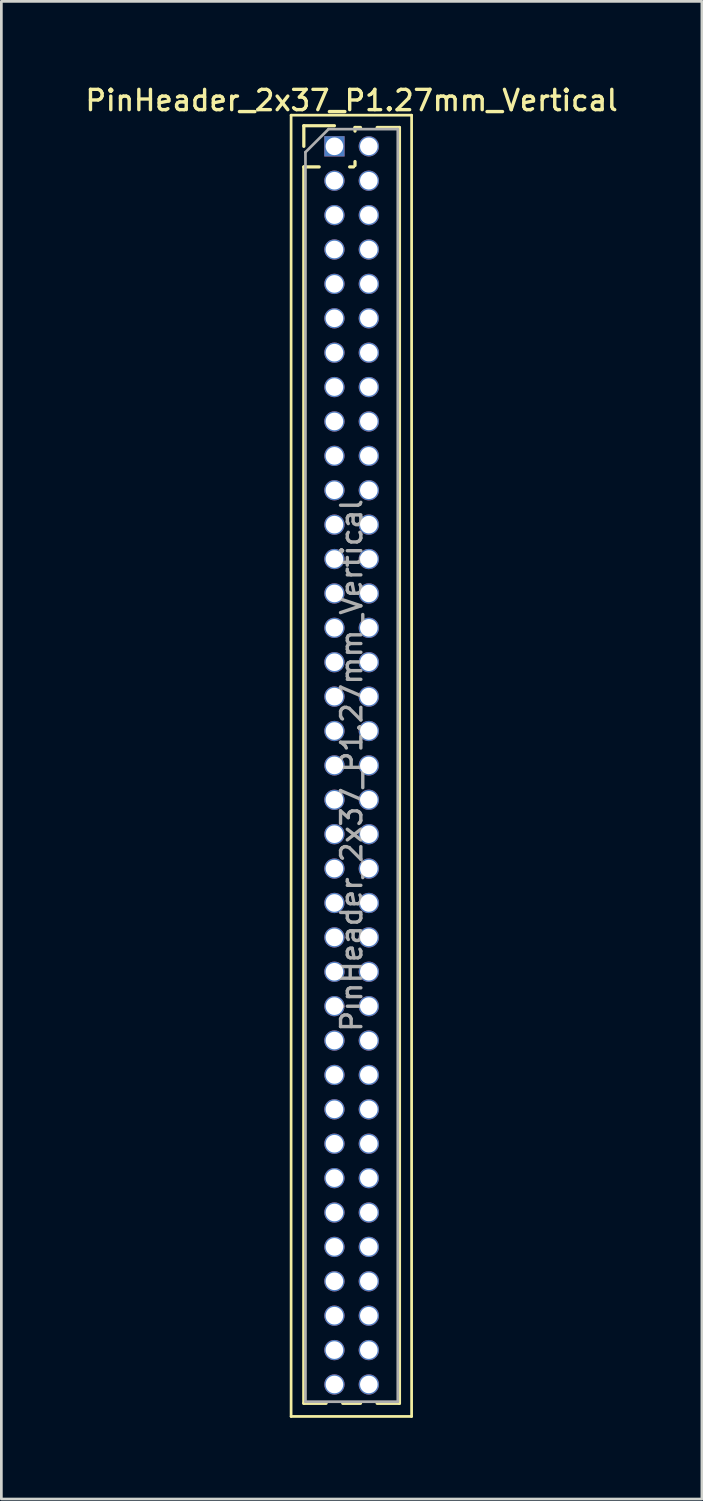
<source format=kicad_pcb>
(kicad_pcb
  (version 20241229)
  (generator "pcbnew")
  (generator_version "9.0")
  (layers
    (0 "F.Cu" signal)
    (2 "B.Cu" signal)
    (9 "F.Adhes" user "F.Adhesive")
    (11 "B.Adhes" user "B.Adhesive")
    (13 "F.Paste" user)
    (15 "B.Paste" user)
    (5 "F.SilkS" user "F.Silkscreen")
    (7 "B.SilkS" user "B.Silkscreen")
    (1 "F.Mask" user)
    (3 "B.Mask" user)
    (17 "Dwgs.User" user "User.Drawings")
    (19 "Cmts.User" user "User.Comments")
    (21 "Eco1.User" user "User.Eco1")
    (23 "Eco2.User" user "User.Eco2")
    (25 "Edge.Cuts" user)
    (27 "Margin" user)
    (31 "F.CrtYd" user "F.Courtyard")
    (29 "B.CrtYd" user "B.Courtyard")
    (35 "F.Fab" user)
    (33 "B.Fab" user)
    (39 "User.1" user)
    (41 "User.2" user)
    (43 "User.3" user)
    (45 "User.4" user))
  (footprint "PinHeader_2x37_P1.27mm_Vertical"
    (layer "F.Cu")
    (at 9.299 2.353)
    (property "Reference" "PinHeader_2x37_P1.27mm_Vertical" (at 0.635 -1.695 0) (layer "F.SilkS") (effects (font (size 0.75 0.75) (thickness 0.125))))
    (attr through_hole)
    (fp_line (start -1.6 -1.15) (end -1.6 46.9) (stroke (width 0.1) (type solid)) (layer "F.SilkS"))
    (fp_line (start -1.6 46.9) (end 2.85 46.9) (stroke (width 0.1) (type solid)) (layer "F.SilkS"))
    (fp_line (start -1.13 -0.76) (end 0 -0.76) (stroke (width 0.12) (type solid)) (layer "F.SilkS"))
    (fp_line (start -1.13 0) (end -1.13 -0.76) (stroke (width 0.12) (type solid)) (layer "F.SilkS"))
    (fp_line (start -1.13 0.76) (end -1.13 46.415) (stroke (width 0.12) (type solid)) (layer "F.SilkS"))
    (fp_line (start -1.13 0.76) (end -0.563 0.76) (stroke (width 0.12) (type solid)) (layer "F.SilkS"))
    (fp_line (start -1.13 46.415) (end -0.308 46.415) (stroke (width 0.12) (type solid)) (layer "F.SilkS"))
    (fp_line (start 0.308 46.415) (end 0.962 46.415) (stroke (width 0.12) (type solid)) (layer "F.SilkS"))
    (fp_line (start 0.563 0.76) (end 0.707 0.76) (stroke (width 0.12) (type solid)) (layer "F.SilkS"))
    (fp_line (start 0.76 -0.695) (end 0.962 -0.695) (stroke (width 0.12) (type solid)) (layer "F.SilkS"))
    (fp_line (start 0.76 -0.563) (end 0.76 -0.695) (stroke (width 0.12) (type solid)) (layer "F.SilkS"))
    (fp_line (start 0.76 0.707) (end 0.76 0.563) (stroke (width 0.12) (type solid)) (layer "F.SilkS"))
    (fp_line (start 1.578 -0.695) (end 2.4 -0.695) (stroke (width 0.12) (type solid)) (layer "F.SilkS"))
    (fp_line (start 1.578 46.415) (end 2.4 46.415) (stroke (width 0.12) (type solid)) (layer "F.SilkS"))
    (fp_line (start 2.4 -0.695) (end 2.4 46.415) (stroke (width 0.12) (type solid)) (layer "F.SilkS"))
    (fp_line (start 2.85 -1.15) (end -1.6 -1.15) (stroke (width 0.1) (type solid)) (layer "F.SilkS"))
    (fp_line (start 2.85 46.9) (end 2.85 -1.15) (stroke (width 0.1) (type solid)) (layer "F.SilkS"))
    (fp_line (start -1.07 0.217) (end -0.217 -0.635) (stroke (width 0.1) (type solid)) (layer "F.Fab"))
    (fp_line (start -1.07 46.355) (end -1.07 0.217) (stroke (width 0.1) (type solid)) (layer "F.Fab"))
    (fp_line (start -0.217 -0.635) (end 2.34 -0.635) (stroke (width 0.1) (type solid)) (layer "F.Fab"))
    (fp_line (start 2.34 -0.635) (end 2.34 46.355) (stroke (width 0.1) (type solid)) (layer "F.Fab"))
    (fp_line (start 2.34 46.355) (end -1.07 46.355) (stroke (width 0.1) (type solid)) (layer "F.Fab"))
    (fp_text user "${REFERENCE}" (at 0.635 22.86 90) (layer "F.Fab") (effects (font (size 0.75 0.75) (thickness 0.125))))
    (pad "1" thru_hole rect (at 0 0) (size 0.75 0.75) (drill 0.65) (layers "*.Cu" "*.Mask"))
    (pad "2" thru_hole oval (at 1.27 0) (size 0.75 0.75) (drill 0.65) (layers "*.Cu" "*.Mask"))
    (pad "3" thru_hole oval (at 0 1.27) (size 0.75 0.75) (drill 0.65) (layers "*.Cu" "*.Mask"))
    (pad "4" thru_hole oval (at 1.27 1.27) (size 0.75 0.75) (drill 0.65) (layers "*.Cu" "*.Mask"))
    (pad "5" thru_hole oval (at 0 2.54) (size 0.75 0.75) (drill 0.65) (layers "*.Cu" "*.Mask"))
    (pad "6" thru_hole oval (at 1.27 2.54) (size 0.75 0.75) (drill 0.65) (layers "*.Cu" "*.Mask"))
    (pad "7" thru_hole oval (at 0 3.81) (size 0.75 0.75) (drill 0.65) (layers "*.Cu" "*.Mask"))
    (pad "8" thru_hole oval (at 1.27 3.81) (size 0.75 0.75) (drill 0.65) (layers "*.Cu" "*.Mask"))
    (pad "9" thru_hole oval (at 0 5.08) (size 0.75 0.75) (drill 0.65) (layers "*.Cu" "*.Mask"))
    (pad "10" thru_hole oval (at 1.27 5.08) (size 0.75 0.75) (drill 0.65) (layers "*.Cu" "*.Mask"))
    (pad "11" thru_hole oval (at 0 6.35) (size 0.75 0.75) (drill 0.65) (layers "*.Cu" "*.Mask"))
    (pad "12" thru_hole oval (at 1.27 6.35) (size 0.75 0.75) (drill 0.65) (layers "*.Cu" "*.Mask"))
    (pad "13" thru_hole oval (at 0 7.62) (size 0.75 0.75) (drill 0.65) (layers "*.Cu" "*.Mask"))
    (pad "14" thru_hole oval (at 1.27 7.62) (size 0.75 0.75) (drill 0.65) (layers "*.Cu" "*.Mask"))
    (pad "15" thru_hole oval (at 0 8.89) (size 0.75 0.75) (drill 0.65) (layers "*.Cu" "*.Mask"))
    (pad "16" thru_hole oval (at 1.27 8.89) (size 0.75 0.75) (drill 0.65) (layers "*.Cu" "*.Mask"))
    (pad "17" thru_hole oval (at 0 10.16) (size 0.75 0.75) (drill 0.65) (layers "*.Cu" "*.Mask"))
    (pad "18" thru_hole oval (at 1.27 10.16) (size 0.75 0.75) (drill 0.65) (layers "*.Cu" "*.Mask"))
    (pad "19" thru_hole oval (at 0 11.43) (size 0.75 0.75) (drill 0.65) (layers "*.Cu" "*.Mask"))
    (pad "20" thru_hole oval (at 1.27 11.43) (size 0.75 0.75) (drill 0.65) (layers "*.Cu" "*.Mask"))
    (pad "21" thru_hole oval (at 0 12.7) (size 0.75 0.75) (drill 0.65) (layers "*.Cu" "*.Mask"))
    (pad "22" thru_hole oval (at 1.27 12.7) (size 0.75 0.75) (drill 0.65) (layers "*.Cu" "*.Mask"))
    (pad "23" thru_hole oval (at 0 13.97) (size 0.75 0.75) (drill 0.65) (layers "*.Cu" "*.Mask"))
    (pad "24" thru_hole oval (at 1.27 13.97) (size 0.75 0.75) (drill 0.65) (layers "*.Cu" "*.Mask"))
    (pad "25" thru_hole oval (at 0 15.24) (size 0.75 0.75) (drill 0.65) (layers "*.Cu" "*.Mask"))
    (pad "26" thru_hole oval (at 1.27 15.24) (size 0.75 0.75) (drill 0.65) (layers "*.Cu" "*.Mask"))
    (pad "27" thru_hole oval (at 0 16.51) (size 0.75 0.75) (drill 0.65) (layers "*.Cu" "*.Mask"))
    (pad "28" thru_hole oval (at 1.27 16.51) (size 0.75 0.75) (drill 0.65) (layers "*.Cu" "*.Mask"))
    (pad "29" thru_hole oval (at 0 17.78) (size 0.75 0.75) (drill 0.65) (layers "*.Cu" "*.Mask"))
    (pad "30" thru_hole oval (at 1.27 17.78) (size 0.75 0.75) (drill 0.65) (layers "*.Cu" "*.Mask"))
    (pad "31" thru_hole oval (at 0 19.05) (size 0.75 0.75) (drill 0.65) (layers "*.Cu" "*.Mask"))
    (pad "32" thru_hole oval (at 1.27 19.05) (size 0.75 0.75) (drill 0.65) (layers "*.Cu" "*.Mask"))
    (pad "33" thru_hole oval (at 0 20.32) (size 0.75 0.75) (drill 0.65) (layers "*.Cu" "*.Mask"))
    (pad "34" thru_hole oval (at 1.27 20.32) (size 0.75 0.75) (drill 0.65) (layers "*.Cu" "*.Mask"))
    (pad "35" thru_hole oval (at 0 21.59) (size 0.75 0.75) (drill 0.65) (layers "*.Cu" "*.Mask"))
    (pad "36" thru_hole oval (at 1.27 21.59) (size 0.75 0.75) (drill 0.65) (layers "*.Cu" "*.Mask"))
    (pad "37" thru_hole oval (at 0 22.86) (size 0.75 0.75) (drill 0.65) (layers "*.Cu" "*.Mask"))
    (pad "38" thru_hole oval (at 1.27 22.86) (size 0.75 0.75) (drill 0.65) (layers "*.Cu" "*.Mask"))
    (pad "39" thru_hole oval (at 0 24.13) (size 0.75 0.75) (drill 0.65) (layers "*.Cu" "*.Mask"))
    (pad "40" thru_hole oval (at 1.27 24.13) (size 0.75 0.75) (drill 0.65) (layers "*.Cu" "*.Mask"))
    (pad "41" thru_hole oval (at 0 25.4) (size 0.75 0.75) (drill 0.65) (layers "*.Cu" "*.Mask"))
    (pad "42" thru_hole oval (at 1.27 25.4) (size 0.75 0.75) (drill 0.65) (layers "*.Cu" "*.Mask"))
    (pad "43" thru_hole oval (at 0 26.67) (size 0.75 0.75) (drill 0.65) (layers "*.Cu" "*.Mask"))
    (pad "44" thru_hole oval (at 1.27 26.67) (size 0.75 0.75) (drill 0.65) (layers "*.Cu" "*.Mask"))
    (pad "45" thru_hole oval (at 0 27.94) (size 0.75 0.75) (drill 0.65) (layers "*.Cu" "*.Mask"))
    (pad "46" thru_hole oval (at 1.27 27.94) (size 0.75 0.75) (drill 0.65) (layers "*.Cu" "*.Mask"))
    (pad "47" thru_hole oval (at 0 29.21) (size 0.75 0.75) (drill 0.65) (layers "*.Cu" "*.Mask"))
    (pad "48" thru_hole oval (at 1.27 29.21) (size 0.75 0.75) (drill 0.65) (layers "*.Cu" "*.Mask"))
    (pad "49" thru_hole oval (at 0 30.48) (size 0.75 0.75) (drill 0.65) (layers "*.Cu" "*.Mask"))
    (pad "50" thru_hole oval (at 1.27 30.48) (size 0.75 0.75) (drill 0.65) (layers "*.Cu" "*.Mask"))
    (pad "51" thru_hole oval (at 0 31.75) (size 0.75 0.75) (drill 0.65) (layers "*.Cu" "*.Mask"))
    (pad "52" thru_hole oval (at 1.27 31.75) (size 0.75 0.75) (drill 0.65) (layers "*.Cu" "*.Mask"))
    (pad "53" thru_hole oval (at 0 33.02) (size 0.75 0.75) (drill 0.65) (layers "*.Cu" "*.Mask"))
    (pad "54" thru_hole oval (at 1.27 33.02) (size 0.75 0.75) (drill 0.65) (layers "*.Cu" "*.Mask"))
    (pad "55" thru_hole oval (at 0 34.29) (size 0.75 0.75) (drill 0.65) (layers "*.Cu" "*.Mask"))
    (pad "56" thru_hole oval (at 1.27 34.29) (size 0.75 0.75) (drill 0.65) (layers "*.Cu" "*.Mask"))
    (pad "57" thru_hole oval (at 0 35.56) (size 0.75 0.75) (drill 0.65) (layers "*.Cu" "*.Mask"))
    (pad "58" thru_hole oval (at 1.27 35.56) (size 0.75 0.75) (drill 0.65) (layers "*.Cu" "*.Mask"))
    (pad "59" thru_hole oval (at 0 36.83) (size 0.75 0.75) (drill 0.65) (layers "*.Cu" "*.Mask"))
    (pad "60" thru_hole oval (at 1.27 36.83) (size 0.75 0.75) (drill 0.65) (layers "*.Cu" "*.Mask"))
    (pad "61" thru_hole oval (at 0 38.1) (size 0.75 0.75) (drill 0.65) (layers "*.Cu" "*.Mask"))
    (pad "62" thru_hole oval (at 1.27 38.1) (size 0.75 0.75) (drill 0.65) (layers "*.Cu" "*.Mask"))
    (pad "63" thru_hole oval (at 0 39.37) (size 0.75 0.75) (drill 0.65) (layers "*.Cu" "*.Mask"))
    (pad "64" thru_hole oval (at 1.27 39.37) (size 0.75 0.75) (drill 0.65) (layers "*.Cu" "*.Mask"))
    (pad "65" thru_hole oval (at 0 40.64) (size 0.75 0.75) (drill 0.65) (layers "*.Cu" "*.Mask"))
    (pad "66" thru_hole oval (at 1.27 40.64) (size 0.75 0.75) (drill 0.65) (layers "*.Cu" "*.Mask"))
    (pad "67" thru_hole oval (at 0 41.91) (size 0.75 0.75) (drill 0.65) (layers "*.Cu" "*.Mask"))
    (pad "68" thru_hole oval (at 1.27 41.91) (size 0.75 0.75) (drill 0.65) (layers "*.Cu" "*.Mask"))
    (pad "69" thru_hole oval (at 0 43.18) (size 0.75 0.75) (drill 0.65) (layers "*.Cu" "*.Mask"))
    (pad "70" thru_hole oval (at 1.27 43.18) (size 0.75 0.75) (drill 0.65) (layers "*.Cu" "*.Mask"))
    (pad "71" thru_hole oval (at 0 44.45) (size 0.75 0.75) (drill 0.65) (layers "*.Cu" "*.Mask"))
    (pad "72" thru_hole oval (at 1.27 44.45) (size 0.75 0.75) (drill 0.65) (layers "*.Cu" "*.Mask"))
    (pad "73" thru_hole oval (at 0 45.72) (size 0.75 0.75) (drill 0.65) (layers "*.Cu" "*.Mask"))
    (pad "74" thru_hole oval (at 1.27 45.72) (size 0.75 0.75) (drill 0.65) (layers "*.Cu" "*.Mask")))
  (gr_rect
    (start -3 -3)
    (end 22.868 52.303)
    (stroke (width 0.1) (type default))
    (fill no)
    (layer "Edge.Cuts")))
</source>
